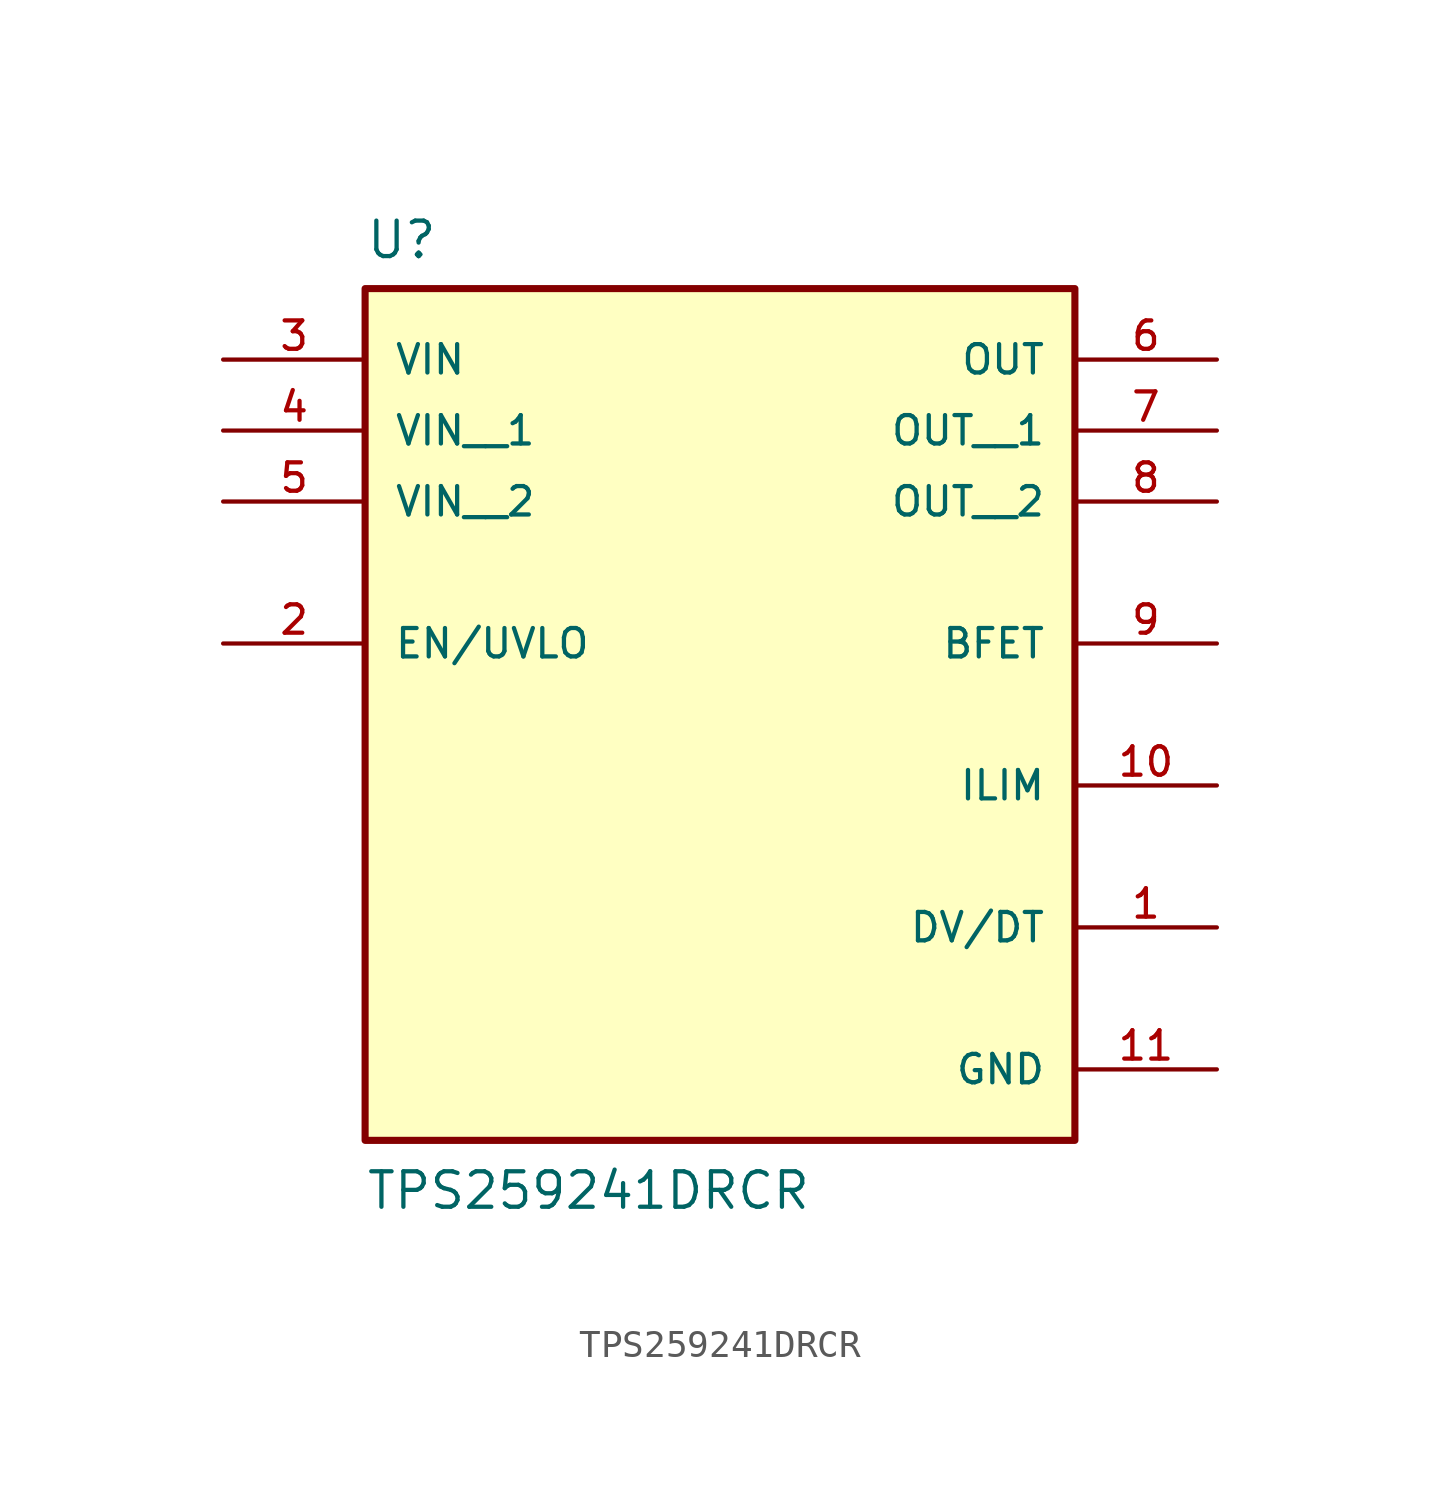
<source format=kicad_sym>
(kicad_symbol_lib
  (version 20211014)
  (generator kicad_symbol_editor)
  (symbol "TPS259241DRCR"
    (pin_names
      (offset 1.016))
    (property "Reference" "U"
      (at -12.7 13.7 0.0)
      (effects (font (size 1.27 1.27)) (justify bottom left)))
    (property "Value" "TPS259241DRCR"
      (at -12.7 -20.32 0.0)
      (effects (font (size 1.27 1.27)) (justify bottom left)))
    (symbol "TPS259241DRCR_0_0"
      (rectangle (start -12.7 -17.78) (end 12.7 12.7) (stroke (width 0.254)) (fill (type background)))
      (pin input line (at -17.78 0.0 0) (length 5.08) (name "EN/UVLO" (effects (font (size 1.016 1.016)))) (number "2" (effects (font (size 1.016 1.016)))))
      (pin input line (at -17.78 10.16 0) (length 5.08) (name "VIN" (effects (font (size 1.016 1.016)))) (number "3" (effects (font (size 1.016 1.016)))))
      (pin output line (at 17.78 0.0 180.0) (length 5.08) (name "BFET" (effects (font (size 1.016 1.016)))) (number "9" (effects (font (size 1.016 1.016)))))
      (pin output line (at 17.78 -10.16 180.0) (length 5.08) (name "DV/DT" (effects (font (size 1.016 1.016)))) (number "1" (effects (font (size 1.016 1.016)))))
      (pin passive line (at 17.78 -5.08 180.0) (length 5.08) (name "ILIM" (effects (font (size 1.016 1.016)))) (number "10" (effects (font (size 1.016 1.016)))))
      (pin output line (at 17.78 10.16 180.0) (length 5.08) (name "OUT" (effects (font (size 1.016 1.016)))) (number "6" (effects (font (size 1.016 1.016)))))
      (pin power_in line (at 17.78 -15.24 180.0) (length 5.08) (name "GND" (effects (font (size 1.016 1.016)))) (number "11" (effects (font (size 1.016 1.016)))))
      (pin input line (at -17.78 7.62 0) (length 5.08) (name "VIN__1" (effects (font (size 1.016 1.016)))) (number "4" (effects (font (size 1.016 1.016)))))
      (pin input line (at -17.78 5.08 0) (length 5.08) (name "VIN__2" (effects (font (size 1.016 1.016)))) (number "5" (effects (font (size 1.016 1.016)))))
      (pin output line (at 17.78 7.62 180.0) (length 5.08) (name "OUT__1" (effects (font (size 1.016 1.016)))) (number "7" (effects (font (size 1.016 1.016)))))
      (pin output line (at 17.78 5.08 180.0) (length 5.08) (name "OUT__2" (effects (font (size 1.016 1.016)))) (number "8" (effects (font (size 1.016 1.016))))))))
</source>
